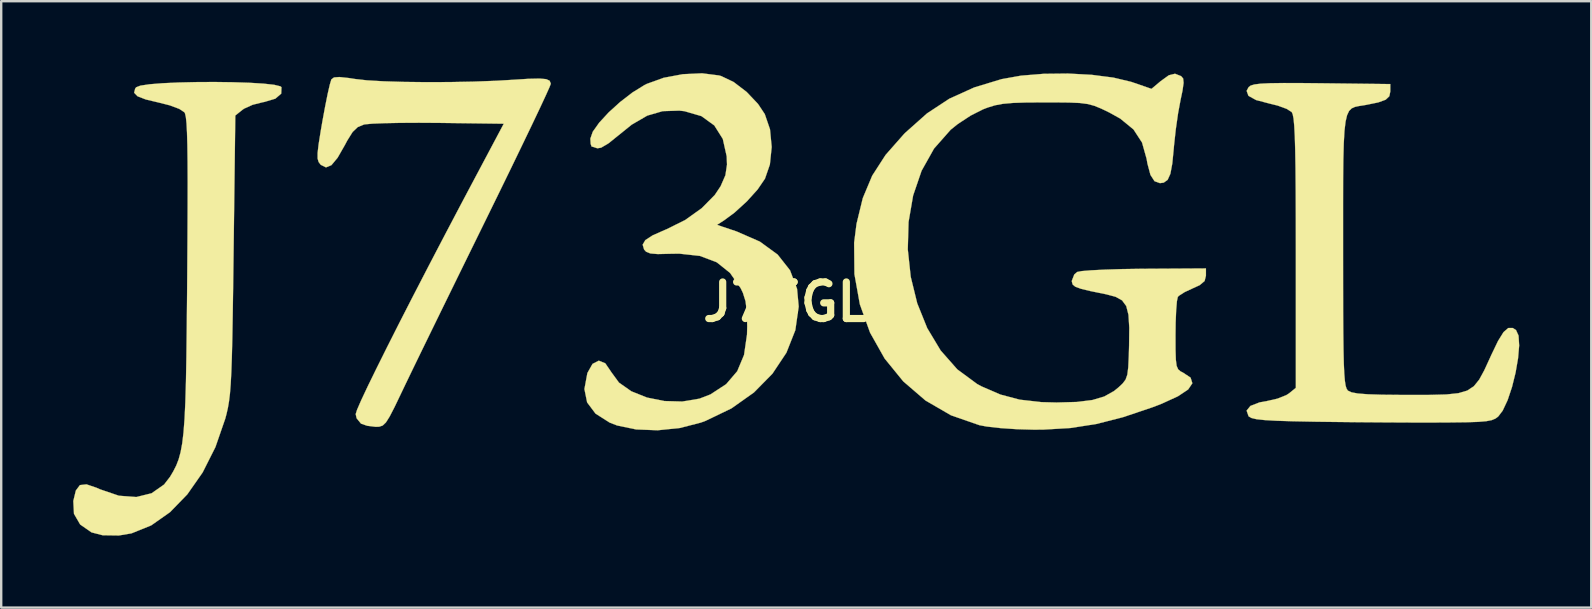
<source format=kicad_pcb>
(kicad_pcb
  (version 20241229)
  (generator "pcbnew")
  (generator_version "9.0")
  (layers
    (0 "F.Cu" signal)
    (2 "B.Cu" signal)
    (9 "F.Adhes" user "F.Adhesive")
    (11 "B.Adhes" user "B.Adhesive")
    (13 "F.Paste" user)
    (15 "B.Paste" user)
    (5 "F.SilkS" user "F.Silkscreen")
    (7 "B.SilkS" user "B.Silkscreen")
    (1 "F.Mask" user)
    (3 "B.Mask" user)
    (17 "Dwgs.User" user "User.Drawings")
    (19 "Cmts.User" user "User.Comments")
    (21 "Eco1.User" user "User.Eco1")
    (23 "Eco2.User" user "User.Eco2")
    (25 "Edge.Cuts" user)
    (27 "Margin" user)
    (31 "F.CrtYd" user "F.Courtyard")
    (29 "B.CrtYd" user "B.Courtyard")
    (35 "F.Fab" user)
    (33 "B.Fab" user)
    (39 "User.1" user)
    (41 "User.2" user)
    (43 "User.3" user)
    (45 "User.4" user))
  (footprint "J73GL"
    (layer "F.Cu")
    (at 29.68 9.535)
    (property "Reference" "J73GL" (at 0 0 0) (layer "F.SilkS") (effects (font (size 1.524 1.524) (thickness 0.3))))
    (attr through_hole)
    (fp_poly (pts (xy -18.191 -9.333) (xy -17.926 -9.292) (xy -17.437 -9.237) (xy -16.745 -9.197) (xy -15.902 -9.172) (xy -14.96 -9.161) (xy -13.97 -9.165) (xy -12.982 -9.184) (xy -12.049 -9.219) (xy -11.367 -9.259) (xy -10.7 -9.301) (xy -10.247 -9.311) (xy -9.969 -9.287) (xy -9.826 -9.222) (xy -9.78 -9.114) (xy -9.779 -9.086) (xy -9.834 -8.944) (xy -9.99 -8.597) (xy -10.237 -8.067) (xy -10.565 -7.377) (xy -10.963 -6.549) (xy -11.419 -5.606) (xy -11.924 -4.57) (xy -12.466 -3.463) (xy -12.551 -3.29) (xy -13.126 -2.119) (xy -13.689 -0.971) (xy -14.226 0.126) (xy -14.722 1.141) (xy -15.163 2.045) (xy -15.534 2.809) (xy -15.82 3.402) (xy -16 3.778) (xy -16.285 4.373) (xy -16.492 4.774) (xy -16.648 5.021) (xy -16.783 5.149) (xy -16.925 5.197) (xy -17.07 5.203) (xy -17.427 5.159) (xy -17.685 5.07) (xy -17.868 4.846) (xy -17.907 4.672) (xy -17.849 4.488) (xy -17.68 4.1) (xy -17.41 3.525) (xy -17.048 2.784) (xy -16.605 1.894) (xy -16.09 0.874) (xy -15.511 -0.256) (xy -14.879 -1.478) (xy -14.203 -2.773) (xy -13.493 -4.122) (xy -13.052 -4.953) (xy -11.736 -7.429) (xy -14.445 -7.464) (xy -15.275 -7.469) (xy -16.042 -7.465) (xy -16.701 -7.452) (xy -17.208 -7.432) (xy -17.517 -7.404) (xy -17.562 -7.396) (xy -17.82 -7.29) (xy -18.036 -7.084) (xy -18.265 -6.717) (xy -18.354 -6.548) (xy -18.661 -6.011) (xy -18.919 -5.702) (xy -19.145 -5.609) (xy -19.358 -5.715) (xy -19.373 -5.729) (xy -19.452 -5.833) (xy -19.494 -5.978) (xy -19.494 -6.209) (xy -19.452 -6.572) (xy -19.366 -7.113) (xy -19.295 -7.525) (xy -19.181 -8.143) (xy -19.074 -8.676) (xy -18.983 -9.07) (xy -18.922 -9.272) (xy -18.917 -9.28) (xy -18.81 -9.358) (xy -18.585 -9.375) (xy -18.191 -9.333)) (stroke (width 0.01) (type solid)) (fill yes) (layer "F.SilkS"))
    (fp_poly (pts (xy -23.037 -9.158) (xy -22.344 -9.136) (xy -21.752 -9.1) (xy -21.305 -9.051) (xy -21.046 -8.988) (xy -21 -8.952) (xy -21.01 -8.684) (xy -21.253 -8.474) (xy -21.714 -8.336) (xy -21.779 -8.325) (xy -22.2 -8.219) (xy -22.559 -8.057) (xy -22.632 -8.005) (xy -22.924 -7.77) (xy -22.997 -1.948) (xy -23.015 -0.568) (xy -23.032 0.584) (xy -23.049 1.534) (xy -23.068 2.306) (xy -23.09 2.927) (xy -23.116 3.422) (xy -23.147 3.816) (xy -23.186 4.137) (xy -23.232 4.408) (xy -23.288 4.656) (xy -23.343 4.864) (xy -23.752 6.046) (xy -24.286 7.105) (xy -24.924 8.017) (xy -25.645 8.759) (xy -26.427 9.309) (xy -27.249 9.642) (xy -27.775 9.73) (xy -28.451 9.721) (xy -28.915 9.602) (xy -29.389 9.273) (xy -29.647 8.828) (xy -29.675 8.293) (xy -29.675 8.293) (xy -29.569 7.856) (xy -29.4 7.631) (xy -29.125 7.6) (xy -28.701 7.744) (xy -28.566 7.805) (xy -27.775 8.074) (xy -27.049 8.128) (xy -26.413 7.971) (xy -25.893 7.608) (xy -25.646 7.289) (xy -25.506 7.052) (xy -25.386 6.816) (xy -25.286 6.559) (xy -25.204 6.258) (xy -25.136 5.892) (xy -25.082 5.437) (xy -25.039 4.873) (xy -25.006 4.176) (xy -24.981 3.324) (xy -24.962 2.296) (xy -24.947 1.068) (xy -24.933 -0.381) (xy -24.927 -1.143) (xy -24.917 -2.656) (xy -24.911 -3.933) (xy -24.909 -4.994) (xy -24.913 -5.857) (xy -24.922 -6.54) (xy -24.937 -7.063) (xy -24.957 -7.443) (xy -24.984 -7.7) (xy -25.018 -7.852) (xy -25.043 -7.903) (xy -25.258 -8.047) (xy -25.654 -8.195) (xy -26.079 -8.303) (xy -26.655 -8.44) (xy -27 -8.574) (xy -27.14 -8.72) (xy -27.097 -8.893) (xy -27.055 -8.948) (xy -26.876 -9.017) (xy -26.492 -9.074) (xy -25.948 -9.117) (xy -25.287 -9.147) (xy -24.552 -9.164) (xy -23.788 -9.168) (xy -23.037 -9.158)) (stroke (width 0.01) (type solid)) (fill yes) (layer "F.SilkS"))
    (fp_poly (pts (xy -2.77 -9.441) (xy -2.675 -9.415) (xy -2.154 -9.166) (xy -1.615 -8.754) (xy -1.14 -8.253) (xy -0.858 -7.829) (xy -0.641 -7.194) (xy -0.571 -6.459) (xy -0.646 -5.729) (xy -0.851 -5.138) (xy -1.156 -4.691) (xy -1.604 -4.195) (xy -2.118 -3.726) (xy -2.535 -3.417) (xy -2.848 -3.214) (xy -2.027 -2.937) (xy -1.064 -2.516) (xy -0.323 -1.976) (xy 0.194 -1.32) (xy 0.486 -0.55) (xy 0.555 0.191) (xy 0.415 1.172) (xy 0.043 2.113) (xy -0.539 2.987) (xy -1.31 3.77) (xy -2.248 4.434) (xy -3.33 4.955) (xy -3.521 5.025) (xy -4.397 5.251) (xy -5.323 5.346) (xy -6.222 5.311) (xy -7.017 5.145) (xy -7.326 5.025) (xy -7.912 4.652) (xy -8.262 4.186) (xy -8.375 3.628) (xy -8.254 2.973) (xy -8.246 2.95) (xy -8.037 2.579) (xy -7.776 2.446) (xy -7.506 2.554) (xy -7.267 2.904) (xy -7.265 2.909) (xy -6.935 3.36) (xy -6.419 3.722) (xy -5.77 3.982) (xy -5.044 4.128) (xy -4.297 4.148) (xy -3.582 4.029) (xy -3.123 3.852) (xy -2.468 3.424) (xy -2.007 2.886) (xy -1.723 2.207) (xy -1.599 1.356) (xy -1.591 1.016) (xy -1.606 0.407) (xy -1.661 -0.032) (xy -1.77 -0.38) (xy -1.862 -0.572) (xy -2.307 -1.212) (xy -2.865 -1.657) (xy -3.562 -1.92) (xy -4.426 -2.015) (xy -4.812 -2.009) (xy -5.316 -1.997) (xy -5.627 -2.023) (xy -5.805 -2.095) (xy -5.889 -2.188) (xy -5.948 -2.389) (xy -5.838 -2.578) (xy -5.532 -2.777) (xy -5.007 -3.009) (xy -4.952 -3.031) (xy -4.177 -3.416) (xy -3.486 -3.909) (xy -2.942 -4.46) (xy -2.698 -4.826) (xy -2.499 -5.283) (xy -2.433 -5.725) (xy -2.446 -6.07) (xy -2.608 -6.795) (xy -2.962 -7.357) (xy -3.499 -7.746) (xy -4.208 -7.952) (xy -4.425 -7.975) (xy -5.115 -7.953) (xy -5.756 -7.767) (xy -6.402 -7.392) (xy -6.974 -6.931) (xy -7.371 -6.612) (xy -7.678 -6.431) (xy -7.835 -6.405) (xy -8.03 -6.469) (xy -8.075 -6.477) (xy -8.114 -6.586) (xy -8.128 -6.806) (xy -8.028 -7.094) (xy -7.758 -7.474) (xy -7.363 -7.902) (xy -6.887 -8.334) (xy -6.377 -8.728) (xy -5.875 -9.039) (xy -5.779 -9.088) (xy -5.074 -9.343) (xy -4.272 -9.493) (xy -3.471 -9.53) (xy -2.77 -9.441)) (stroke (width 0.01) (type solid)) (fill yes) (layer "F.SilkS"))
    (fp_poly (pts (xy 21.514 -9.123) (xy 22.338 -9.115) (xy 25.209 -9.081) (xy 25.209 -8.774) (xy 25.169 -8.574) (xy 25.017 -8.43) (xy 24.709 -8.318) (xy 24.2 -8.214) (xy 24.102 -8.197) (xy 23.902 -8.166) (xy 23.736 -8.131) (xy 23.599 -8.069) (xy 23.491 -7.961) (xy 23.407 -7.782) (xy 23.344 -7.513) (xy 23.299 -7.13) (xy 23.27 -6.612) (xy 23.252 -5.937) (xy 23.243 -5.083) (xy 23.241 -4.029) (xy 23.241 -2.753) (xy 23.241 -2.102) (xy 23.242 -0.75) (xy 23.244 0.371) (xy 23.25 1.283) (xy 23.259 2.007) (xy 23.272 2.567) (xy 23.291 2.985) (xy 23.316 3.283) (xy 23.347 3.484) (xy 23.386 3.61) (xy 23.434 3.683) (xy 23.451 3.699) (xy 23.593 3.765) (xy 23.856 3.814) (xy 24.273 3.846) (xy 24.872 3.865) (xy 25.686 3.873) (xy 25.98 3.873) (xy 26.869 3.872) (xy 27.544 3.854) (xy 28.046 3.801) (xy 28.415 3.693) (xy 28.691 3.511) (xy 28.915 3.234) (xy 29.127 2.844) (xy 29.367 2.322) (xy 29.416 2.213) (xy 29.698 1.626) (xy 29.926 1.258) (xy 30.123 1.085) (xy 30.312 1.084) (xy 30.448 1.169) (xy 30.554 1.403) (xy 30.579 1.815) (xy 30.533 2.347) (xy 30.43 2.943) (xy 30.281 3.544) (xy 30.098 4.091) (xy 29.892 4.529) (xy 29.706 4.773) (xy 29.591 4.859) (xy 29.438 4.923) (xy 29.21 4.967) (xy 28.867 4.996) (xy 28.374 5.012) (xy 27.691 5.02) (xy 27.07 5.023) (xy 26.132 5.023) (xy 25.039 5.018) (xy 23.892 5.01) (xy 22.79 4.998) (xy 22.08 4.989) (xy 21.164 4.971) (xy 20.471 4.95) (xy 19.971 4.921) (xy 19.631 4.884) (xy 19.422 4.834) (xy 19.311 4.77) (xy 19.302 4.76) (xy 19.221 4.527) (xy 19.379 4.332) (xy 19.761 4.184) (xy 20.073 4.127) (xy 20.507 4.028) (xy 20.876 3.881) (xy 20.988 3.809) (xy 21.273 3.578) (xy 21.273 -2.065) (xy 21.271 -3.461) (xy 21.267 -4.624) (xy 21.259 -5.573) (xy 21.246 -6.329) (xy 21.229 -6.912) (xy 21.206 -7.342) (xy 21.178 -7.639) (xy 21.142 -7.823) (xy 21.102 -7.914) (xy 20.889 -8.049) (xy 20.516 -8.185) (xy 20.183 -8.267) (xy 19.616 -8.416) (xy 19.297 -8.592) (xy 19.222 -8.799) (xy 19.306 -8.956) (xy 19.391 -9.019) (xy 19.548 -9.066) (xy 19.807 -9.098) (xy 20.201 -9.117) (xy 20.76 -9.125) (xy 21.514 -9.123)) (stroke (width 0.01) (type solid)) (fill yes) (layer "F.SilkS"))
    (fp_poly (pts (xy 12.766 -9.467) (xy 13.668 -9.351) (xy 14.406 -9.175) (xy 14.455 -9.159) (xy 15.257 -8.882) (xy 15.639 -9.203) (xy 15.979 -9.448) (xy 16.237 -9.512) (xy 16.49 -9.413) (xy 16.492 -9.412) (xy 16.576 -9.315) (xy 16.595 -9.131) (xy 16.549 -8.804) (xy 16.47 -8.43) (xy 16.366 -7.871) (xy 16.269 -7.191) (xy 16.196 -6.522) (xy 16.187 -6.413) (xy 16.124 -5.77) (xy 16.044 -5.342) (xy 15.93 -5.09) (xy 15.767 -4.974) (xy 15.61 -4.953) (xy 15.383 -5.034) (xy 15.214 -5.296) (xy 15.087 -5.772) (xy 15.053 -5.969) (xy 14.863 -6.645) (xy 14.508 -7.189) (xy 13.955 -7.643) (xy 13.502 -7.895) (xy 13.16 -8.06) (xy 12.878 -8.175) (xy 12.601 -8.25) (xy 12.271 -8.293) (xy 11.831 -8.312) (xy 11.226 -8.318) (xy 10.798 -8.318) (xy 10.043 -8.314) (xy 9.486 -8.296) (xy 9.069 -8.259) (xy 8.735 -8.197) (xy 8.427 -8.102) (xy 8.229 -8.026) (xy 7.72 -7.768) (xy 7.186 -7.418) (xy 6.886 -7.177) (xy 6.195 -6.394) (xy 5.676 -5.469) (xy 5.323 -4.437) (xy 5.133 -3.333) (xy 5.101 -2.193) (xy 5.223 -1.052) (xy 5.494 0.054) (xy 5.911 1.089) (xy 6.469 2.019) (xy 7.163 2.807) (xy 7.991 3.418) (xy 8.176 3.518) (xy 8.965 3.859) (xy 9.767 4.071) (xy 10.67 4.173) (xy 11.303 4.189) (xy 12.146 4.166) (xy 12.791 4.086) (xy 13.291 3.938) (xy 13.697 3.709) (xy 13.882 3.559) (xy 14.06 3.391) (xy 14.178 3.233) (xy 14.25 3.028) (xy 14.289 2.72) (xy 14.311 2.252) (xy 14.323 1.82) (xy 14.331 1.072) (xy 14.298 0.535) (xy 14.205 0.169) (xy 14.031 -0.068) (xy 13.757 -0.218) (xy 13.365 -0.322) (xy 13.314 -0.332) (xy 12.711 -0.455) (xy 12.315 -0.551) (xy 12.083 -0.636) (xy 11.972 -0.728) (xy 11.939 -0.845) (xy 11.938 -0.887) (xy 12.04 -1.148) (xy 12.16 -1.251) (xy 12.351 -1.288) (xy 12.754 -1.321) (xy 13.326 -1.349) (xy 14.025 -1.371) (xy 14.809 -1.383) (xy 14.954 -1.384) (xy 17.526 -1.399) (xy 17.526 -1.094) (xy 17.47 -0.873) (xy 17.265 -0.701) (xy 16.987 -0.574) (xy 16.64 -0.413) (xy 16.4 -0.259) (xy 16.354 -0.211) (xy 16.316 -0.03) (xy 16.285 0.346) (xy 16.264 0.861) (xy 16.258 1.368) (xy 16.259 1.989) (xy 16.272 2.404) (xy 16.305 2.661) (xy 16.369 2.808) (xy 16.472 2.894) (xy 16.567 2.941) (xy 16.887 3.153) (xy 16.96 3.387) (xy 16.786 3.645) (xy 16.362 3.928) (xy 15.688 4.237) (xy 15.313 4.382) (xy 14.075 4.799) (xy 12.959 5.084) (xy 11.88 5.252) (xy 10.755 5.318) (xy 10.351 5.321) (xy 9.645 5.301) (xy 8.96 5.255) (xy 8.383 5.189) (xy 8.083 5.133) (xy 6.901 4.722) (xy 5.838 4.105) (xy 4.912 3.308) (xy 4.137 2.357) (xy 3.529 1.278) (xy 3.103 0.096) (xy 2.877 -1.162) (xy 2.865 -2.472) (xy 2.965 -3.258) (xy 3.226 -4.329) (xy 3.618 -5.264) (xy 4.177 -6.13) (xy 4.941 -6.997) (xy 5.004 -7.06) (xy 5.902 -7.859) (xy 6.834 -8.472) (xy 7.872 -8.942) (xy 9.01 -9.287) (xy 9.819 -9.432) (xy 10.766 -9.509) (xy 11.773 -9.52) (xy 12.766 -9.467)) (stroke (width 0.01) (type solid)) (fill yes) (layer "F.SilkS")))
  (gr_rect
    (start -3 -3)
    (end 63.264 22.27)
    (stroke (width 0.1) (type default))
    (fill no)
    (layer "Edge.Cuts")))
</source>
